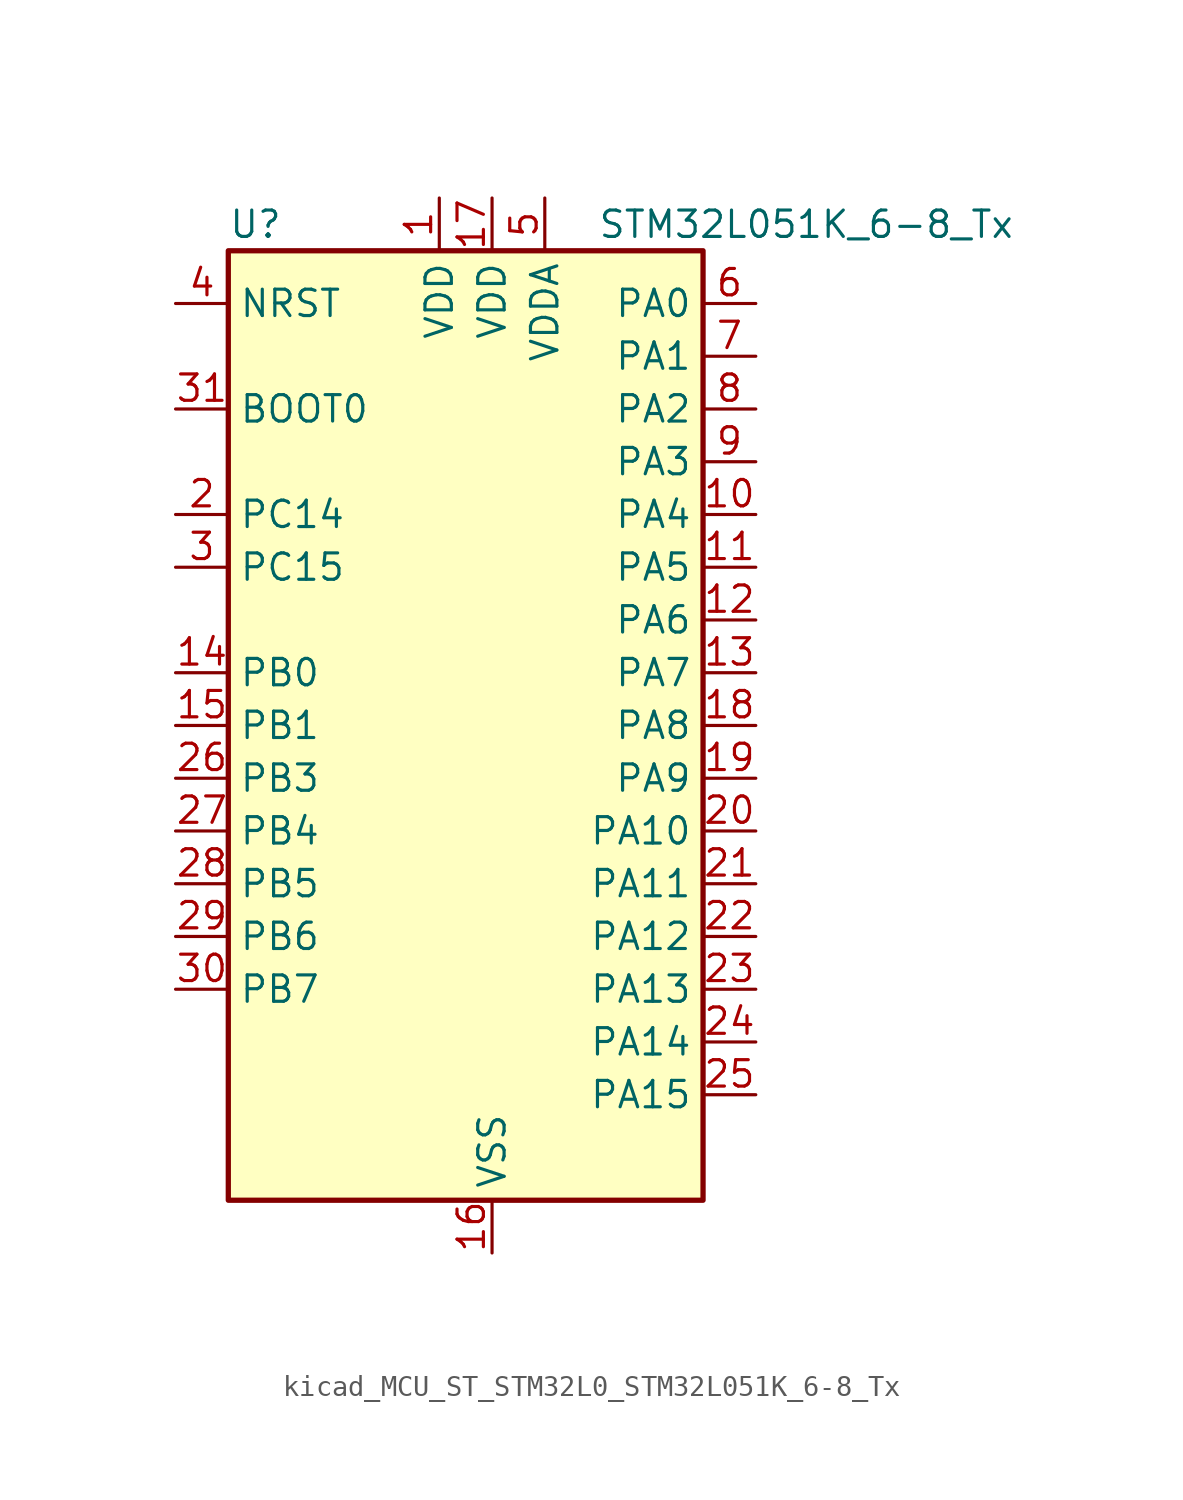
<source format=kicad_sym>
(kicad_symbol_lib
  (version 20220914)
  (generator kicad_symbol_editor)
  (symbol "kicad_MCU_ST_STM32L0_STM32L051K_6-8_Tx"
    (property "Reference" "U"
      (at -10.16 24.13 0)
      (effects (font (size 1.27 1.27)) (justify left)))
    (property "Value" "STM32L051K_6-8_Tx"
      (at 7.62 24.13 0)
      (effects (font (size 1.27 1.27)) (justify left)))
    (property "ki_locked" ""
      (at 0 0 0)
      (effects (font (size 1.27 1.27))))
    (symbol "kicad_MCU_ST_STM32L0_STM32L051K_6-8_Tx_0_1"
      (rectangle (start -10.16 -22.86) (end 12.7 22.86) (stroke (width 0.254) (type default)) (fill (type background))))
    (symbol "kicad_MCU_ST_STM32L0_STM32L051K_6-8_Tx_1_1"
      (pin power_in line (at 0 25.4 270) (length 2.54) (name "VDD" (effects (font (size 1.27 1.27)))) (number "1" (effects (font (size 1.27 1.27)))))
      (pin bidirectional line (at 15.24 10.16 180) (length 2.54) (name "PA4" (effects (font (size 1.27 1.27)))) (number "10" (effects (font (size 1.27 1.27)))) (alternate "ADC_IN4" bidirectional line) (alternate "COMP1_INM" bidirectional line) (alternate "COMP2_INM" bidirectional line) (alternate "SPI1_NSS" bidirectional line) (alternate "TIM22_ETR" bidirectional line) (alternate "USART2_CK" bidirectional line))
      (pin bidirectional line (at 15.24 7.62 180) (length 2.54) (name "PA5" (effects (font (size 1.27 1.27)))) (number "11" (effects (font (size 1.27 1.27)))) (alternate "ADC_IN5" bidirectional line) (alternate "COMP1_INM" bidirectional line) (alternate "COMP2_INM" bidirectional line) (alternate "SPI1_SCK" bidirectional line) (alternate "TIM2_CH1" bidirectional line) (alternate "TIM2_ETR" bidirectional line))
      (pin bidirectional line (at 15.24 5.08 180) (length 2.54) (name "PA6" (effects (font (size 1.27 1.27)))) (number "12" (effects (font (size 1.27 1.27)))) (alternate "ADC_IN6" bidirectional line) (alternate "COMP1_OUT" bidirectional line) (alternate "SPI1_MISO" bidirectional line) (alternate "TIM22_CH1" bidirectional line))
      (pin bidirectional line (at 15.24 2.54 180) (length 2.54) (name "PA7" (effects (font (size 1.27 1.27)))) (number "13" (effects (font (size 1.27 1.27)))) (alternate "ADC_IN7" bidirectional line) (alternate "COMP2_OUT" bidirectional line) (alternate "SPI1_MOSI" bidirectional line) (alternate "TIM22_CH2" bidirectional line))
      (pin bidirectional line (at -12.7 2.54 0) (length 2.54) (name "PB0" (effects (font (size 1.27 1.27)))) (number "14" (effects (font (size 1.27 1.27)))) (alternate "ADC_IN8" bidirectional line) (alternate "SYS_VREF_OUT_PB0" bidirectional line))
      (pin bidirectional line (at -12.7 0 0) (length 2.54) (name "PB1" (effects (font (size 1.27 1.27)))) (number "15" (effects (font (size 1.27 1.27)))) (alternate "ADC_IN9" bidirectional line) (alternate "SYS_VREF_OUT_PB1" bidirectional line))
      (pin power_in line (at 2.54 -25.4 90) (length 2.54) (name "VSS" (effects (font (size 1.27 1.27)))) (number "16" (effects (font (size 1.27 1.27)))))
      (pin power_in line (at 2.54 25.4 270) (length 2.54) (name "VDD" (effects (font (size 1.27 1.27)))) (number "17" (effects (font (size 1.27 1.27)))))
      (pin bidirectional line (at 15.24 0 180) (length 2.54) (name "PA8" (effects (font (size 1.27 1.27)))) (number "18" (effects (font (size 1.27 1.27)))) (alternate "RCC_MCO" bidirectional line) (alternate "USART1_CK" bidirectional line))
      (pin bidirectional line (at 15.24 -2.54 180) (length 2.54) (name "PA9" (effects (font (size 1.27 1.27)))) (number "19" (effects (font (size 1.27 1.27)))) (alternate "RCC_MCO" bidirectional line) (alternate "USART1_TX" bidirectional line))
      (pin bidirectional line (at -12.7 10.16 0) (length 2.54) (name "PC14" (effects (font (size 1.27 1.27)))) (number "2" (effects (font (size 1.27 1.27)))) (alternate "RCC_OSC32_IN" bidirectional line))
      (pin bidirectional line (at 15.24 -5.08 180) (length 2.54) (name "PA10" (effects (font (size 1.27 1.27)))) (number "20" (effects (font (size 1.27 1.27)))) (alternate "USART1_RX" bidirectional line))
      (pin bidirectional line (at 15.24 -7.62 180) (length 2.54) (name "PA11" (effects (font (size 1.27 1.27)))) (number "21" (effects (font (size 1.27 1.27)))) (alternate "ADC_EXTI11" bidirectional line) (alternate "COMP1_OUT" bidirectional line) (alternate "SPI1_MISO" bidirectional line) (alternate "USART1_CTS" bidirectional line))
      (pin bidirectional line (at 15.24 -10.16 180) (length 2.54) (name "PA12" (effects (font (size 1.27 1.27)))) (number "22" (effects (font (size 1.27 1.27)))) (alternate "COMP2_OUT" bidirectional line) (alternate "SPI1_MOSI" bidirectional line) (alternate "USART1_DE" bidirectional line) (alternate "USART1_RTS" bidirectional line))
      (pin bidirectional line (at 15.24 -12.7 180) (length 2.54) (name "PA13" (effects (font (size 1.27 1.27)))) (number "23" (effects (font (size 1.27 1.27)))) (alternate "SYS_SWDIO" bidirectional line))
      (pin bidirectional line (at 15.24 -15.24 180) (length 2.54) (name "PA14" (effects (font (size 1.27 1.27)))) (number "24" (effects (font (size 1.27 1.27)))) (alternate "SYS_SWCLK" bidirectional line) (alternate "USART2_TX" bidirectional line))
      (pin bidirectional line (at 15.24 -17.78 180) (length 2.54) (name "PA15" (effects (font (size 1.27 1.27)))) (number "25" (effects (font (size 1.27 1.27)))) (alternate "SPI1_NSS" bidirectional line) (alternate "TIM2_CH1" bidirectional line) (alternate "TIM2_ETR" bidirectional line) (alternate "USART2_RX" bidirectional line))
      (pin bidirectional line (at -12.7 -2.54 0) (length 2.54) (name "PB3" (effects (font (size 1.27 1.27)))) (number "26" (effects (font (size 1.27 1.27)))) (alternate "COMP2_INM" bidirectional line) (alternate "SPI1_SCK" bidirectional line) (alternate "TIM2_CH2" bidirectional line))
      (pin bidirectional line (at -12.7 -5.08 0) (length 2.54) (name "PB4" (effects (font (size 1.27 1.27)))) (number "27" (effects (font (size 1.27 1.27)))) (alternate "COMP2_INP" bidirectional line) (alternate "SPI1_MISO" bidirectional line) (alternate "TIM22_CH1" bidirectional line))
      (pin bidirectional line (at -12.7 -7.62 0) (length 2.54) (name "PB5" (effects (font (size 1.27 1.27)))) (number "28" (effects (font (size 1.27 1.27)))) (alternate "COMP2_INP" bidirectional line) (alternate "I2C1_SMBA" bidirectional line) (alternate "LPTIM1_IN1" bidirectional line) (alternate "SPI1_MOSI" bidirectional line) (alternate "TIM22_CH2" bidirectional line))
      (pin bidirectional line (at -12.7 -10.16 0) (length 2.54) (name "PB6" (effects (font (size 1.27 1.27)))) (number "29" (effects (font (size 1.27 1.27)))) (alternate "COMP2_INP" bidirectional line) (alternate "I2C1_SCL" bidirectional line) (alternate "LPTIM1_ETR" bidirectional line) (alternate "USART1_TX" bidirectional line))
      (pin bidirectional line (at -12.7 7.62 0) (length 2.54) (name "PC15" (effects (font (size 1.27 1.27)))) (number "3" (effects (font (size 1.27 1.27)))) (alternate "RCC_OSC32_OUT" bidirectional line))
      (pin bidirectional line (at -12.7 -12.7 0) (length 2.54) (name "PB7" (effects (font (size 1.27 1.27)))) (number "30" (effects (font (size 1.27 1.27)))) (alternate "COMP2_INP" bidirectional line) (alternate "I2C1_SDA" bidirectional line) (alternate "LPTIM1_IN2" bidirectional line) (alternate "SYS_PVD_IN" bidirectional line) (alternate "USART1_RX" bidirectional line))
      (pin input line (at -12.7 15.24 0) (length 2.54) (name "BOOT0" (effects (font (size 1.27 1.27)))) (number "31" (effects (font (size 1.27 1.27)))))
      (pin passive line (at 2.54 -25.4 90) (length 2.54) hide (name "VSS" (effects (font (size 1.27 1.27)))) (number "32" (effects (font (size 1.27 1.27)))))
      (pin input line (at -12.7 20.32 0) (length 2.54) (name "NRST" (effects (font (size 1.27 1.27)))) (number "4" (effects (font (size 1.27 1.27)))))
      (pin power_in line (at 5.08 25.4 270) (length 2.54) (name "VDDA" (effects (font (size 1.27 1.27)))) (number "5" (effects (font (size 1.27 1.27)))))
      (pin bidirectional line (at 15.24 20.32 180) (length 2.54) (name "PA0" (effects (font (size 1.27 1.27)))) (number "6" (effects (font (size 1.27 1.27)))) (alternate "ADC_IN0" bidirectional line) (alternate "COMP1_INM" bidirectional line) (alternate "COMP1_OUT" bidirectional line) (alternate "RTC_TAMP2" bidirectional line) (alternate "SYS_WKUP1" bidirectional line) (alternate "TIM2_CH1" bidirectional line) (alternate "TIM2_ETR" bidirectional line) (alternate "USART2_CTS" bidirectional line))
      (pin bidirectional line (at 15.24 17.78 180) (length 2.54) (name "PA1" (effects (font (size 1.27 1.27)))) (number "7" (effects (font (size 1.27 1.27)))) (alternate "ADC_IN1" bidirectional line) (alternate "COMP1_INP" bidirectional line) (alternate "TIM21_ETR" bidirectional line) (alternate "TIM2_CH2" bidirectional line) (alternate "USART2_DE" bidirectional line) (alternate "USART2_RTS" bidirectional line))
      (pin bidirectional line (at 15.24 15.24 180) (length 2.54) (name "PA2" (effects (font (size 1.27 1.27)))) (number "8" (effects (font (size 1.27 1.27)))) (alternate "ADC_IN2" bidirectional line) (alternate "COMP2_INM" bidirectional line) (alternate "COMP2_OUT" bidirectional line) (alternate "TIM21_CH1" bidirectional line) (alternate "TIM2_CH3" bidirectional line) (alternate "USART2_TX" bidirectional line))
      (pin bidirectional line (at 15.24 12.7 180) (length 2.54) (name "PA3" (effects (font (size 1.27 1.27)))) (number "9" (effects (font (size 1.27 1.27)))) (alternate "ADC_IN3" bidirectional line) (alternate "COMP2_INP" bidirectional line) (alternate "TIM21_CH2" bidirectional line) (alternate "TIM2_CH4" bidirectional line) (alternate "USART2_RX" bidirectional line)))))
</source>
